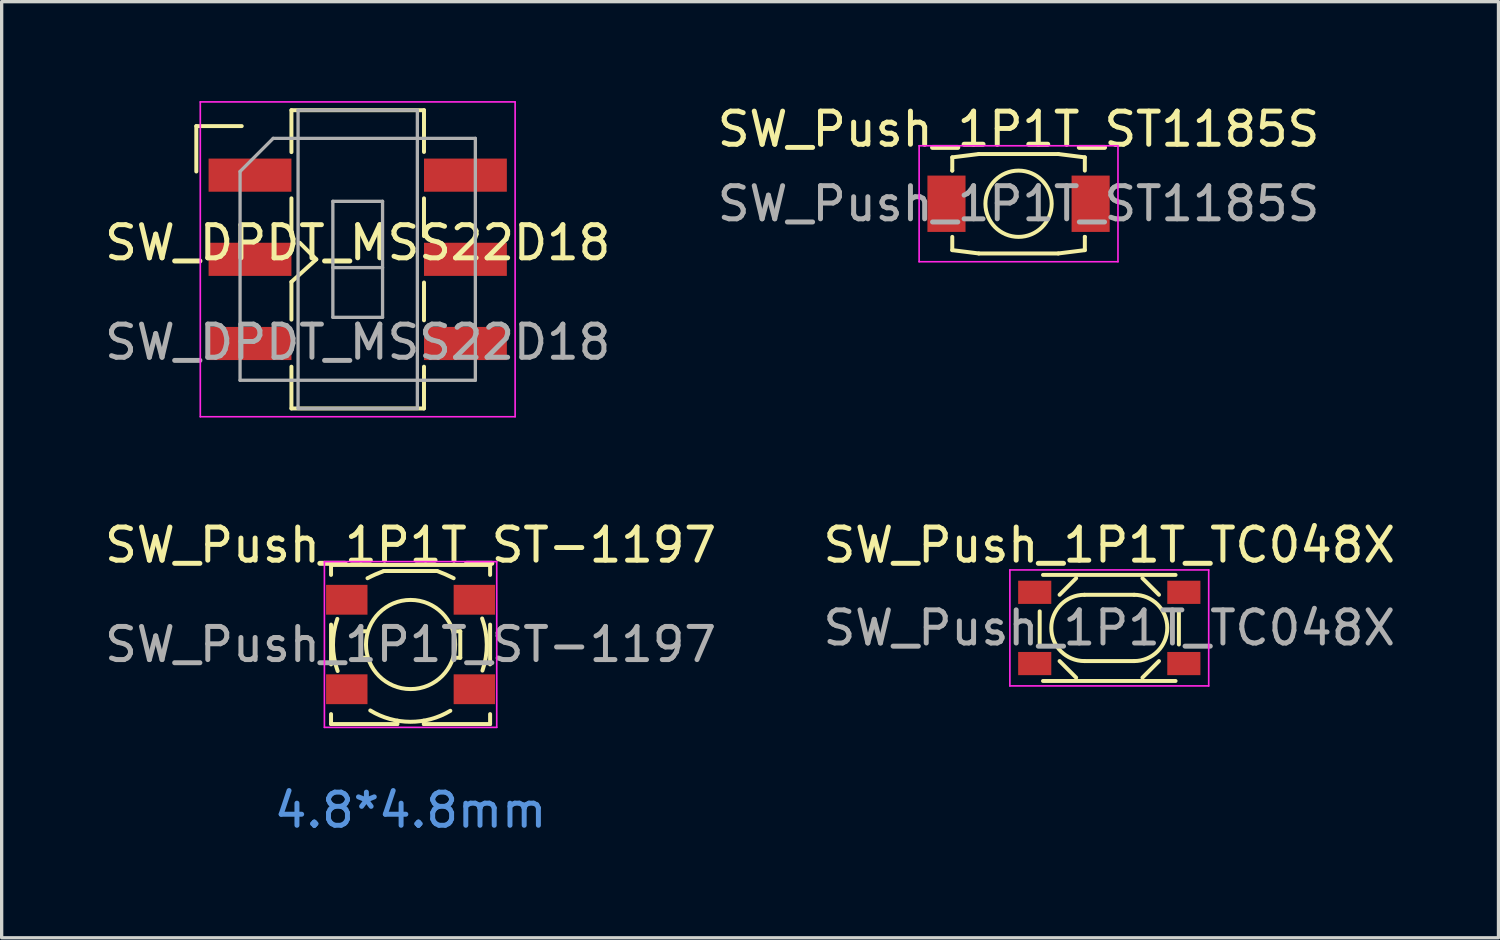
<source format=kicad_pcb>
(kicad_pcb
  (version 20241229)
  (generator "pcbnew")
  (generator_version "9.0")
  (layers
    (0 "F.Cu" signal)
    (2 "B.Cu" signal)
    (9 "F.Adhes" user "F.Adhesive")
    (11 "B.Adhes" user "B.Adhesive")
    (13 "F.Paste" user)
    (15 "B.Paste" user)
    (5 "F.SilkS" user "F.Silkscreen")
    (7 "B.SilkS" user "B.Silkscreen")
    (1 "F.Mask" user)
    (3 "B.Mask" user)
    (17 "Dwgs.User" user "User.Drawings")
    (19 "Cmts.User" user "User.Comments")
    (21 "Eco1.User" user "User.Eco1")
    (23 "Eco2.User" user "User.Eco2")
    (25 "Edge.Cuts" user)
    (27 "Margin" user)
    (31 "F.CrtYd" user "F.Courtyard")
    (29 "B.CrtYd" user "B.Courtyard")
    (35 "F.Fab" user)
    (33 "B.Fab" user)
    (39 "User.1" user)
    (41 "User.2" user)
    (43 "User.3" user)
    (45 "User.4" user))
  (footprint "SW_Push_1P1T_ST1185S"
    (layer "F.Cu")
    (at 27.685 3.098)
    (property "Reference" "SW_Push_1P1T_ST1185S" (at 0 -2.25 0) (unlocked yes) (layer "F.SilkS") (effects (font (size 1 1) (thickness 0.15))))
    (attr smd)
    (fp_line (start -2 -1.4) (end -2 -1) (stroke (width 0.12) (type solid)) (layer "F.SilkS"))
    (fp_line (start -2 -1) (end -2 -1) (stroke (width 0.12) (type solid)) (layer "F.SilkS"))
    (fp_line (start -2 1.4) (end -2 1) (stroke (width 0.12) (type solid)) (layer "F.SilkS"))
    (fp_line (start -1.2 -1.5) (end -2 -1.4) (stroke (width 0.12) (type solid)) (layer "F.SilkS"))
    (fp_line (start -1.2 -1.5) (end 1.2 -1.5) (stroke (width 0.12) (type solid)) (layer "F.SilkS"))
    (fp_line (start -1.2 1.5) (end -2 1.4) (stroke (width 0.12) (type solid)) (layer "F.SilkS"))
    (fp_line (start 1.2 -1.5) (end 2 -1.4) (stroke (width 0.12) (type solid)) (layer "F.SilkS"))
    (fp_line (start 1.2 1.5) (end -1.2 1.5) (stroke (width 0.12) (type solid)) (layer "F.SilkS"))
    (fp_line (start 1.2 1.5) (end 2 1.4) (stroke (width 0.12) (type solid)) (layer "F.SilkS"))
    (fp_line (start 2 -1.4) (end 2 -1) (stroke (width 0.12) (type solid)) (layer "F.SilkS"))
    (fp_line (start 2 1) (end 2 1) (stroke (width 0.12) (type solid)) (layer "F.SilkS"))
    (fp_line (start 2 1.4) (end 2 1) (stroke (width 0.12) (type solid)) (layer "F.SilkS"))
    (fp_circle (center 0 0) (end 0.6 0.8) (stroke (width 0.12) (type solid)) (fill no) (layer "F.SilkS"))
    (fp_line (start -3 -1.75) (end 3 -1.75) (stroke (width 0.05) (type solid)) (layer "F.CrtYd"))
    (fp_line (start -3 1.75) (end -3 -1.75) (stroke (width 0.05) (type solid)) (layer "F.CrtYd"))
    (fp_line (start 3 -1.75) (end 3 1.75) (stroke (width 0.05) (type solid)) (layer "F.CrtYd"))
    (fp_line (start 3 1.75) (end -3 1.75) (stroke (width 0.05) (type solid)) (layer "F.CrtYd"))
    (fp_text user "${REFERENCE}" (at 0 0 0) (unlocked yes) (layer "F.Fab") (effects (font (size 1 1) (thickness 0.15))))
    (pad "1" smd rect (at -2.175 0) (size 1.15 1.7) (layers "F.Cu" "F.Mask" "F.Paste"))
    (pad "2" smd rect (at 2.175 0) (size 1.15 1.7) (layers "F.Cu" "F.Mask" "F.Paste")))
  (footprint "SW_DPDT_MSS22D18"
    (layer "F.Cu")
    (at 7.744 4.775)
    (property "Reference" "SW_DPDT_MSS22D18" (at 0 -0.5 0) (unlocked yes) (layer "F.SilkS") (effects (font (size 1 1) (thickness 0.15))))
    (attr smd)
    (fp_line (start -4.87 -4.02) (end -3.5 -4.02) (stroke (width 0.12) (type solid)) (layer "F.SilkS"))
    (fp_line (start -4.87 -2.65) (end -4.87 -4.02) (stroke (width 0.12) (type solid)) (layer "F.SilkS"))
    (fp_line (start -2 -4.5) (end 2 -4.5) (stroke (width 0.12) (type solid)) (layer "F.SilkS"))
    (fp_line (start -2 -3.235) (end -2 -4.5) (stroke (width 0.12) (type solid)) (layer "F.SilkS"))
    (fp_line (start -2 -1.84) (end -2 -0.7) (stroke (width 0.12) (type solid)) (layer "F.SilkS"))
    (fp_line (start -2 0.68) (end -2 1.82) (stroke (width 0.12) (type solid)) (layer "F.SilkS"))
    (fp_line (start -2 0.68) (end -1.25 0) (stroke (width 0.12) (type solid)) (layer "F.SilkS"))
    (fp_line (start -2 3.24) (end -2 4.5) (stroke (width 0.12) (type solid)) (layer "F.SilkS"))
    (fp_line (start -2 4.5) (end 2 4.5) (stroke (width 0.12) (type solid)) (layer "F.SilkS"))
    (fp_line (start -1.25 0) (end -1.75 -0.5) (stroke (width 0.12) (type solid)) (layer "F.SilkS"))
    (fp_line (start 2 -4.5) (end 2 -3.24) (stroke (width 0.12) (type solid)) (layer "F.SilkS"))
    (fp_line (start 2 -1.84) (end 2 -0.7) (stroke (width 0.12) (type solid)) (layer "F.SilkS"))
    (fp_line (start 2 0.7) (end 2 1.84) (stroke (width 0.12) (type solid)) (layer "F.SilkS"))
    (fp_line (start 2 4.5) (end 2 3.24) (stroke (width 0.12) (type solid)) (layer "F.SilkS"))
    (fp_line (start -4.75 -4.75) (end -4.75 4.75) (stroke (width 0.05) (type solid)) (layer "F.CrtYd"))
    (fp_line (start -4.75 4.75) (end 4.75 4.75) (stroke (width 0.05) (type solid)) (layer "F.CrtYd"))
    (fp_line (start 4.75 -4.75) (end -4.75 -4.75) (stroke (width 0.05) (type solid)) (layer "F.CrtYd"))
    (fp_line (start 4.75 4.75) (end 4.75 -4.75) (stroke (width 0.05) (type solid)) (layer "F.CrtYd"))
    (fp_line (start -3.55 -2.65) (end -2.55 -3.65) (stroke (width 0.1) (type solid)) (layer "F.Fab"))
    (fp_line (start -3.55 3.65) (end -3.55 -2.65) (stroke (width 0.1) (type solid)) (layer "F.Fab"))
    (fp_line (start -2.55 -3.65) (end 3.55 -3.65) (stroke (width 0.1) (type solid)) (layer "F.Fab"))
    (fp_line (start -1.8 -4.5) (end 1.8 -4.5) (stroke (width 0.1) (type solid)) (layer "F.Fab"))
    (fp_line (start -1.8 4.5) (end -1.8 -4.5) (stroke (width 0.1) (type solid)) (layer "F.Fab"))
    (fp_line (start -0.75 -1.75) (end 0.75 -1.75) (stroke (width 0.1) (type solid)) (layer "F.Fab"))
    (fp_line (start -0.75 0.25) (end 0.75 0.25) (stroke (width 0.1) (type solid)) (layer "F.Fab"))
    (fp_line (start -0.75 1.75) (end -0.75 -1.75) (stroke (width 0.1) (type solid)) (layer "F.Fab"))
    (fp_line (start -0.75 1.75) (end 0.75 1.75) (stroke (width 0.1) (type solid)) (layer "F.Fab"))
    (fp_line (start 0.75 -1.75) (end 0.75 1.75) (stroke (width 0.1) (type solid)) (layer "F.Fab"))
    (fp_line (start 1.8 -4.5) (end 1.8 4.5) (stroke (width 0.1) (type solid)) (layer "F.Fab"))
    (fp_line (start 1.8 4.5) (end -1.8 4.5) (stroke (width 0.1) (type solid)) (layer "F.Fab"))
    (fp_line (start 3.55 -3.65) (end 3.55 3.65) (stroke (width 0.1) (type solid)) (layer "F.Fab"))
    (fp_line (start 3.55 3.65) (end -3.55 3.65) (stroke (width 0.1) (type solid)) (layer "F.Fab"))
    (fp_text user "${REFERENCE}" (at 0 2.5 0) (unlocked yes) (layer "F.Fab") (effects (font (size 1 1) (thickness 0.15))))
    (pad "1" smd rect (at -3.25 -2.54) (size 2.5 1) (layers "F.Cu" "F.Mask" "F.Paste"))
    (pad "2" smd rect (at -3.25 0) (size 2.5 1) (layers "F.Cu" "F.Mask" "F.Paste"))
    (pad "3" smd rect (at -3.25 2.54) (size 2.5 1) (layers "F.Cu" "F.Mask" "F.Paste"))
    (pad "4" smd rect (at 3.25 -2.54) (size 2.5 1) (layers "F.Cu" "F.Mask" "F.Paste"))
    (pad "5" smd rect (at 3.25 0) (size 2.5 1) (layers "F.Cu" "F.Mask" "F.Paste"))
    (pad "6" smd rect (at 3.25 2.54) (size 2.5 1) (layers "F.Cu" "F.Mask" "F.Paste")))
  (footprint "SW_Push_1P1T_ST-1197"
    (layer "F.Cu")
    (at 9.339 16.398)
    (property "Reference" "SW_Push_1P1T_ST-1197" (at 0 -3 0) (unlocked yes) (layer "F.SilkS") (effects (font (size 1 1) (thickness 0.15))))
    (attr smd)
    (fp_line (start -2.4 -2.4) (end -2.4 -2.1) (stroke (width 0.12) (type solid)) (layer "F.SilkS"))
    (fp_line (start -2.4 -2.4) (end 2.4 -2.4) (stroke (width 0.12) (type solid)) (layer "F.SilkS"))
    (fp_line (start -2.4 0.6) (end -2.4 -0.6) (stroke (width 0.12) (type solid)) (layer "F.SilkS"))
    (fp_line (start -2.4 2.4) (end -2.4 2.1) (stroke (width 0.12) (type solid)) (layer "F.SilkS"))
    (fp_line (start -2.4 2.4) (end -0.4 2.4) (stroke (width 0.12) (type solid)) (layer "F.SilkS"))
    (fp_line (start -1.5 -0.4) (end -1.5 0.4) (stroke (width 0.12) (type solid)) (layer "F.SilkS"))
    (fp_line (start -1.5 0.4) (end -1.3 0.4) (stroke (width 0.12) (type solid)) (layer "F.SilkS"))
    (fp_line (start -1.3 -0.4) (end -1.5 -0.4) (stroke (width 0.12) (type solid)) (layer "F.SilkS"))
    (fp_line (start -0.807 -2.218) (end 0.8 -2.218) (stroke (width 0.12) (type solid)) (layer "F.SilkS"))
    (fp_line (start -0.4 2.4) (end -0.4 2.3) (stroke (width 0.12) (type solid)) (layer "F.SilkS"))
    (fp_line (start 0.4 2.4) (end 0.4 2.3) (stroke (width 0.12) (type solid)) (layer "F.SilkS"))
    (fp_line (start 0.4 2.4) (end 2.4 2.4) (stroke (width 0.12) (type solid)) (layer "F.SilkS"))
    (fp_line (start 1.3 0.4) (end 1.5 0.4) (stroke (width 0.12) (type solid)) (layer "F.SilkS"))
    (fp_line (start 1.5 -0.4) (end 1.3 -0.4) (stroke (width 0.12) (type solid)) (layer "F.SilkS"))
    (fp_line (start 1.5 0.4) (end 1.5 -0.4) (stroke (width 0.12) (type solid)) (layer "F.SilkS"))
    (fp_line (start 2.4 -2.4) (end 2.4 -2.1) (stroke (width 0.12) (type solid)) (layer "F.SilkS"))
    (fp_line (start 2.4 0.6) (end 2.4 -0.6) (stroke (width 0.12) (type solid)) (layer "F.SilkS"))
    (fp_line (start 2.4 2.4) (end 2.4 2.1) (stroke (width 0.12) (type solid)) (layer "F.SilkS"))
    (fp_arc (start -2.199999 0.8) (mid -2.340896 0.014158) (end -2.209515 -0.77333) (stroke (width 0.12) (type solid)) (layer "F.SilkS"))
    (fp_arc (start -1.3 -2) (mid -1.056935 -2.11729) (end -0.806542 -2.217991) (stroke (width 0.12) (type solid)) (layer "F.SilkS"))
    (fp_arc (start 0.8 -2.217991) (mid 1.0534 -2.116794) (end 1.3 -2) (stroke (width 0.12) (type solid)) (layer "F.SilkS"))
    (fp_arc (start 1.2 1.999999) (mid -0.009481 2.332361) (end -1.21622 1.990177) (stroke (width 0.12) (type solid)) (layer "F.SilkS"))
    (fp_arc (start 2.159103 -0.785842) (mid 2.3 0) (end 2.168619 0.787488) (stroke (width 0.12) (type solid)) (layer "F.SilkS"))
    (fp_circle (center 0 0) (end 1 0.9) (stroke (width 0.12) (type solid)) (fill no) (layer "F.SilkS"))
    (fp_line (start -2.6 -2.5) (end 2.6 -2.5) (stroke (width 0.05) (type solid)) (layer "F.CrtYd"))
    (fp_line (start -2.6 2.5) (end -2.6 -2.5) (stroke (width 0.05) (type solid)) (layer "F.CrtYd"))
    (fp_line (start 2.6 -2.5) (end 2.6 2.5) (stroke (width 0.05) (type solid)) (layer "F.CrtYd"))
    (fp_line (start 2.6 2.5) (end -2.6 2.5) (stroke (width 0.05) (type solid)) (layer "F.CrtYd"))
    (fp_text user "4.8*4.8mm" (at 0 5 0) (unlocked yes) (layer "Cmts.User") (effects (font (size 1 1) (thickness 0.15))))
    (fp_text user "${REFERENCE}" (at 0 0 0) (unlocked yes) (layer "F.Fab") (effects (font (size 1 1) (thickness 0.15))))
    (pad "1" smd rect (at -1.925 -1.35) (size 1.25 0.9) (layers "F.Cu" "F.Mask" "F.Paste"))
    (pad "1" smd rect (at 1.925 -1.35) (size 1.25 0.9) (layers "F.Cu" "F.Mask" "F.Paste"))
    (pad "2" smd rect (at -1.925 1.35) (size 1.25 0.9) (layers "F.Cu" "F.Mask" "F.Paste"))
    (pad "2" smd rect (at 1.925 1.35) (size 1.25 0.9) (layers "F.Cu" "F.Mask" "F.Paste")))
  (footprint "SW_Push_1P1T_TC048X"
    (layer "F.Cu")
    (at 30.423 15.898)
    (property "Reference" "SW_Push_1P1T_TC048X" (at 0 -2.5 0) (unlocked yes) (layer "F.SilkS") (effects (font (size 1 1) (thickness 0.15))))
    (attr smd)
    (fp_line (start -2.1 -0.5) (end -2.1 0.5) (stroke (width 0.12) (type solid)) (layer "F.SilkS"))
    (fp_line (start -1 -1.5) (end -1.5 -1) (stroke (width 0.12) (type solid)) (layer "F.SilkS"))
    (fp_line (start -1 1.5) (end -1.5 1) (stroke (width 0.12) (type solid)) (layer "F.SilkS"))
    (fp_line (start -0.75 -1) (end 0.75 -1) (stroke (width 0.12) (type solid)) (layer "F.SilkS"))
    (fp_line (start -0.75 1) (end 0.75 1) (stroke (width 0.12) (type solid)) (layer "F.SilkS"))
    (fp_line (start 1 -1.5) (end 1.5 -1) (stroke (width 0.12) (type solid)) (layer "F.SilkS"))
    (fp_line (start 1 1.5) (end 1.5 1) (stroke (width 0.12) (type solid)) (layer "F.SilkS"))
    (fp_line (start 2 -1.6) (end -2 -1.6) (stroke (width 0.12) (type solid)) (layer "F.SilkS"))
    (fp_line (start 2 1.6) (end -2 1.6) (stroke (width 0.12) (type solid)) (layer "F.SilkS"))
    (fp_line (start 2.1 -0.5) (end 2.1 0.5) (stroke (width 0.12) (type solid)) (layer "F.SilkS"))
    (fp_arc (start -0.75 1) (mid -1.75 0) (end -0.75 -1) (stroke (width 0.12) (type solid)) (layer "F.SilkS"))
    (fp_arc (start 0.75 -1) (mid 1.75 0) (end 0.75 1) (stroke (width 0.12) (type solid)) (layer "F.SilkS"))
    (fp_line (start -3 -1.75) (end 3 -1.75) (stroke (width 0.05) (type solid)) (layer "F.CrtYd"))
    (fp_line (start -3 1.75) (end -3 -1.75) (stroke (width 0.05) (type solid)) (layer "F.CrtYd"))
    (fp_line (start 3 -1.75) (end 3 1.75) (stroke (width 0.05) (type solid)) (layer "F.CrtYd"))
    (fp_line (start 3 1.75) (end -3 1.75) (stroke (width 0.05) (type solid)) (layer "F.CrtYd"))
    (fp_text user "${REFERENCE}" (at 0 0 0) (unlocked yes) (layer "F.Fab") (effects (font (size 1 1) (thickness 0.15))))
    (pad "1" smd rect (at -2.25 -1.075) (size 1 0.7) (layers "F.Cu" "F.Mask" "F.Paste"))
    (pad "1" smd rect (at 2.25 -1.075) (size 1 0.7) (layers "F.Cu" "F.Mask" "F.Paste"))
    (pad "2" smd rect (at -2.25 1.075) (size 1 0.7) (layers "F.Cu" "F.Mask" "F.Paste"))
    (pad "2" smd rect (at 2.25 1.075) (size 1 0.7) (layers "F.Cu" "F.Mask" "F.Paste")))
  (gr_rect
    (start -3 -3)
    (end 42.167 25.247)
    (stroke (width 0.1) (type default))
    (fill no)
    (layer "Edge.Cuts")))
</source>
